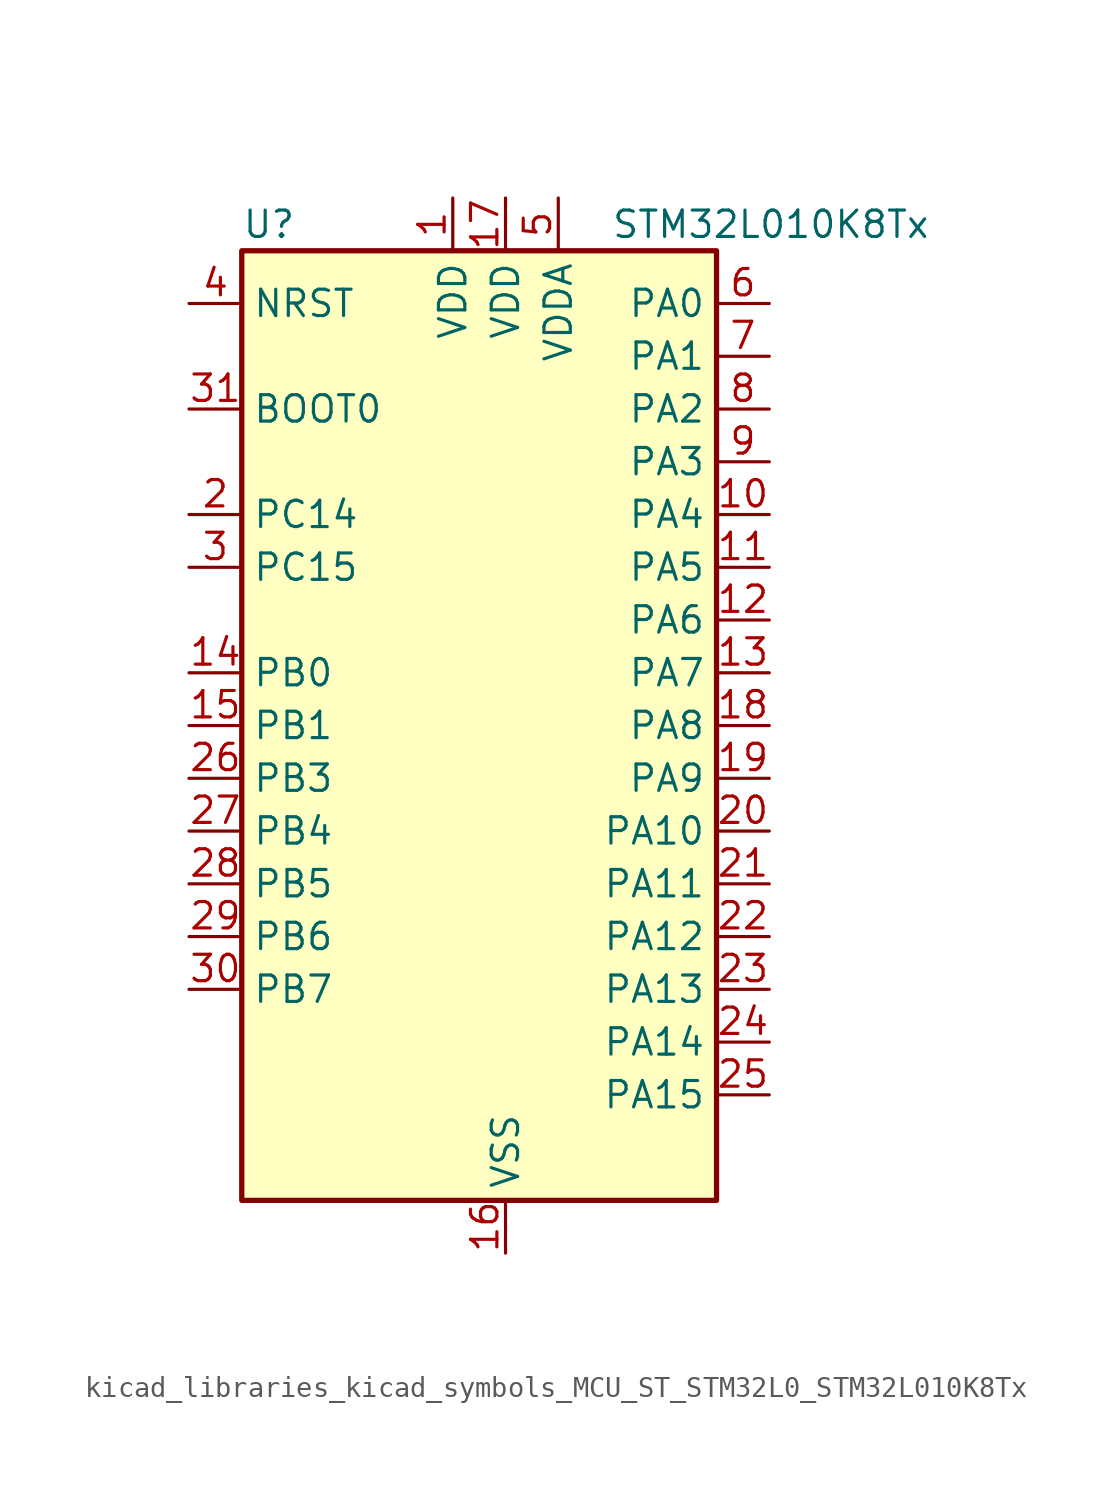
<source format=kicad_sym>
(kicad_symbol_lib
  (version 20220914)
  (generator kicad_symbol_editor)
  (symbol "kicad_libraries_kicad_symbols_MCU_ST_STM32L0_STM32L010K8Tx"
    (property "Reference" "U"
      (at -10.16 24.13 0)
      (effects (font (size 1.27 1.27)) (justify left)))
    (property "Value" "STM32L010K8Tx"
      (at 7.62 24.13 0)
      (effects (font (size 1.27 1.27)) (justify left)))
    (property "ki_locked" ""
      (at 0 0 0)
      (effects (font (size 1.27 1.27))))
    (symbol "kicad_libraries_kicad_symbols_MCU_ST_STM32L0_STM32L010K8Tx_0_1"
      (rectangle (start -10.16 -22.86) (end 12.7 22.86) (stroke (width 0.254) (type default)) (fill (type background))))
    (symbol "kicad_libraries_kicad_symbols_MCU_ST_STM32L0_STM32L010K8Tx_1_1"
      (pin power_in line (at 0 25.4 270) (length 2.54) (name "VDD" (effects (font (size 1.27 1.27)))) (number "1" (effects (font (size 1.27 1.27)))))
      (pin bidirectional line (at 15.24 10.16 180) (length 2.54) (name "PA4" (effects (font (size 1.27 1.27)))) (number "10" (effects (font (size 1.27 1.27)))) (alternate "ADC_IN4" bidirectional line) (alternate "SPI1_NSS" bidirectional line) (alternate "USART2_CK" bidirectional line))
      (pin bidirectional line (at 15.24 7.62 180) (length 2.54) (name "PA5" (effects (font (size 1.27 1.27)))) (number "11" (effects (font (size 1.27 1.27)))) (alternate "ADC_IN5" bidirectional line) (alternate "SPI1_SCK" bidirectional line) (alternate "TIM2_CH1" bidirectional line) (alternate "TIM2_ETR" bidirectional line))
      (pin bidirectional line (at 15.24 5.08 180) (length 2.54) (name "PA6" (effects (font (size 1.27 1.27)))) (number "12" (effects (font (size 1.27 1.27)))) (alternate "ADC_IN6" bidirectional line) (alternate "SPI1_MISO" bidirectional line))
      (pin bidirectional line (at 15.24 2.54 180) (length 2.54) (name "PA7" (effects (font (size 1.27 1.27)))) (number "13" (effects (font (size 1.27 1.27)))) (alternate "ADC_IN7" bidirectional line) (alternate "SPI1_MOSI" bidirectional line))
      (pin bidirectional line (at -12.7 2.54 0) (length 2.54) (name "PB0" (effects (font (size 1.27 1.27)))) (number "14" (effects (font (size 1.27 1.27)))) (alternate "ADC_IN8" bidirectional line) (alternate "SYS_VREF_OUT_PB0" bidirectional line))
      (pin bidirectional line (at -12.7 0 0) (length 2.54) (name "PB1" (effects (font (size 1.27 1.27)))) (number "15" (effects (font (size 1.27 1.27)))) (alternate "ADC_IN9" bidirectional line) (alternate "SYS_VREF_OUT_PB1" bidirectional line))
      (pin power_in line (at 2.54 -25.4 90) (length 2.54) (name "VSS" (effects (font (size 1.27 1.27)))) (number "16" (effects (font (size 1.27 1.27)))))
      (pin power_in line (at 2.54 25.4 270) (length 2.54) (name "VDD" (effects (font (size 1.27 1.27)))) (number "17" (effects (font (size 1.27 1.27)))))
      (pin bidirectional line (at 15.24 0 180) (length 2.54) (name "PA8" (effects (font (size 1.27 1.27)))) (number "18" (effects (font (size 1.27 1.27)))) (alternate "RCC_MCO" bidirectional line))
      (pin bidirectional line (at 15.24 -2.54 180) (length 2.54) (name "PA9" (effects (font (size 1.27 1.27)))) (number "19" (effects (font (size 1.27 1.27)))) (alternate "RCC_MCO" bidirectional line))
      (pin bidirectional line (at -12.7 10.16 0) (length 2.54) (name "PC14" (effects (font (size 1.27 1.27)))) (number "2" (effects (font (size 1.27 1.27)))) (alternate "RCC_OSC32_IN" bidirectional line))
      (pin bidirectional line (at 15.24 -5.08 180) (length 2.54) (name "PA10" (effects (font (size 1.27 1.27)))) (number "20" (effects (font (size 1.27 1.27)))))
      (pin bidirectional line (at 15.24 -7.62 180) (length 2.54) (name "PA11" (effects (font (size 1.27 1.27)))) (number "21" (effects (font (size 1.27 1.27)))) (alternate "ADC_EXTI11" bidirectional line) (alternate "SPI1_MISO" bidirectional line))
      (pin bidirectional line (at 15.24 -10.16 180) (length 2.54) (name "PA12" (effects (font (size 1.27 1.27)))) (number "22" (effects (font (size 1.27 1.27)))) (alternate "SPI1_MOSI" bidirectional line))
      (pin bidirectional line (at 15.24 -12.7 180) (length 2.54) (name "PA13" (effects (font (size 1.27 1.27)))) (number "23" (effects (font (size 1.27 1.27)))) (alternate "SYS_SWDIO" bidirectional line))
      (pin bidirectional line (at 15.24 -15.24 180) (length 2.54) (name "PA14" (effects (font (size 1.27 1.27)))) (number "24" (effects (font (size 1.27 1.27)))) (alternate "SYS_SWCLK" bidirectional line) (alternate "USART2_TX" bidirectional line))
      (pin bidirectional line (at 15.24 -17.78 180) (length 2.54) (name "PA15" (effects (font (size 1.27 1.27)))) (number "25" (effects (font (size 1.27 1.27)))) (alternate "SPI1_NSS" bidirectional line) (alternate "TIM2_CH1" bidirectional line) (alternate "TIM2_ETR" bidirectional line) (alternate "USART2_RX" bidirectional line))
      (pin bidirectional line (at -12.7 -2.54 0) (length 2.54) (name "PB3" (effects (font (size 1.27 1.27)))) (number "26" (effects (font (size 1.27 1.27)))) (alternate "SPI1_SCK" bidirectional line) (alternate "TIM2_CH2" bidirectional line))
      (pin bidirectional line (at -12.7 -5.08 0) (length 2.54) (name "PB4" (effects (font (size 1.27 1.27)))) (number "27" (effects (font (size 1.27 1.27)))) (alternate "SPI1_MISO" bidirectional line))
      (pin bidirectional line (at -12.7 -7.62 0) (length 2.54) (name "PB5" (effects (font (size 1.27 1.27)))) (number "28" (effects (font (size 1.27 1.27)))) (alternate "I2C1_SMBA" bidirectional line) (alternate "LPTIM1_IN1" bidirectional line) (alternate "SPI1_MOSI" bidirectional line))
      (pin bidirectional line (at -12.7 -10.16 0) (length 2.54) (name "PB6" (effects (font (size 1.27 1.27)))) (number "29" (effects (font (size 1.27 1.27)))) (alternate "I2C1_SCL" bidirectional line) (alternate "LPTIM1_ETR" bidirectional line))
      (pin bidirectional line (at -12.7 7.62 0) (length 2.54) (name "PC15" (effects (font (size 1.27 1.27)))) (number "3" (effects (font (size 1.27 1.27)))) (alternate "RCC_OSC32_OUT" bidirectional line))
      (pin bidirectional line (at -12.7 -12.7 0) (length 2.54) (name "PB7" (effects (font (size 1.27 1.27)))) (number "30" (effects (font (size 1.27 1.27)))) (alternate "I2C1_SDA" bidirectional line) (alternate "LPTIM1_IN2" bidirectional line) (alternate "SYS_PVD_IN" bidirectional line))
      (pin input line (at -12.7 15.24 0) (length 2.54) (name "BOOT0" (effects (font (size 1.27 1.27)))) (number "31" (effects (font (size 1.27 1.27)))))
      (pin passive line (at 2.54 -25.4 90) (length 2.54) hide (name "VSS" (effects (font (size 1.27 1.27)))) (number "32" (effects (font (size 1.27 1.27)))))
      (pin input line (at -12.7 20.32 0) (length 2.54) (name "NRST" (effects (font (size 1.27 1.27)))) (number "4" (effects (font (size 1.27 1.27)))))
      (pin power_in line (at 5.08 25.4 270) (length 2.54) (name "VDDA" (effects (font (size 1.27 1.27)))) (number "5" (effects (font (size 1.27 1.27)))))
      (pin bidirectional line (at 15.24 20.32 180) (length 2.54) (name "PA0" (effects (font (size 1.27 1.27)))) (number "6" (effects (font (size 1.27 1.27)))) (alternate "ADC_IN0" bidirectional line) (alternate "RTC_TAMP2" bidirectional line) (alternate "SYS_WKUP1" bidirectional line) (alternate "TIM2_CH1" bidirectional line) (alternate "TIM2_ETR" bidirectional line) (alternate "USART2_CTS" bidirectional line))
      (pin bidirectional line (at 15.24 17.78 180) (length 2.54) (name "PA1" (effects (font (size 1.27 1.27)))) (number "7" (effects (font (size 1.27 1.27)))) (alternate "ADC_IN1" bidirectional line) (alternate "TIM21_ETR" bidirectional line) (alternate "TIM2_CH2" bidirectional line) (alternate "USART2_DE" bidirectional line) (alternate "USART2_RTS" bidirectional line))
      (pin bidirectional line (at 15.24 15.24 180) (length 2.54) (name "PA2" (effects (font (size 1.27 1.27)))) (number "8" (effects (font (size 1.27 1.27)))) (alternate "ADC_IN2" bidirectional line) (alternate "TIM21_CH1" bidirectional line) (alternate "TIM2_CH3" bidirectional line) (alternate "USART2_TX" bidirectional line))
      (pin bidirectional line (at 15.24 12.7 180) (length 2.54) (name "PA3" (effects (font (size 1.27 1.27)))) (number "9" (effects (font (size 1.27 1.27)))) (alternate "ADC_IN3" bidirectional line) (alternate "TIM21_CH2" bidirectional line) (alternate "TIM2_CH4" bidirectional line) (alternate "USART2_RX" bidirectional line)))))
</source>
